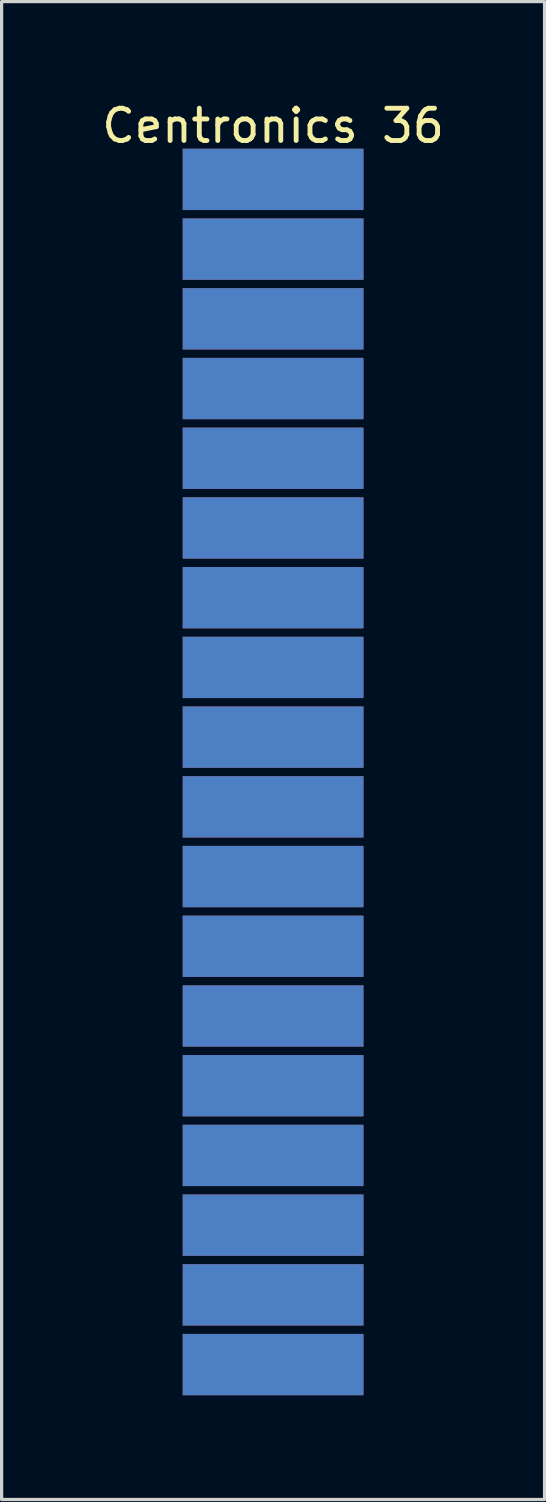
<source format=kicad_pcb>
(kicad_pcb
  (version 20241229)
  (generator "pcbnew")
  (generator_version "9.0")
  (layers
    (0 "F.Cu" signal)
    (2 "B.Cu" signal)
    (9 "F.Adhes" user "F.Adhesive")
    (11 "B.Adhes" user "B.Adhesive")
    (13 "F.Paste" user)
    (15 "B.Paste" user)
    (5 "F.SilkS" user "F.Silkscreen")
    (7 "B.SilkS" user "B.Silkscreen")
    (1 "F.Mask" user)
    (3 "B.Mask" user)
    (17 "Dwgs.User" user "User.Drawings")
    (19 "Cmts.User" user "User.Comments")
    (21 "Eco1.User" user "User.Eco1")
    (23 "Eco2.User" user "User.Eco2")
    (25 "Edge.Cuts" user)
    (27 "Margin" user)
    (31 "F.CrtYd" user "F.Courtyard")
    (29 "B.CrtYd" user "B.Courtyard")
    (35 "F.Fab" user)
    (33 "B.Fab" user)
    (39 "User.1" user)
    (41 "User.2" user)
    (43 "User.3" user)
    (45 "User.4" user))
  (footprint "Centronics 36"
    (layer "F.Cu")
    (at 5.411 0.348)
    (property "Reference" "Centronics 36" (at 0 0.5 0) (layer "F.SilkS") (effects (font (size 1 1) (thickness 0.15))))
    (attr through_hole)
    (fp_line (start -3 1) (end -3 40) (stroke (width 0.12) (type solid)) (layer "Eco2.User"))
    (pad "1" connect rect (at 0 2.16) (size 5.6 1.9) (layers "F.Cu" "F.Mask"))
    (pad "2" connect rect (at 0 4.32) (size 5.6 1.9) (layers "F.Cu" "F.Mask"))
    (pad "3" connect rect (at 0 6.48) (size 5.6 1.9) (layers "F.Cu" "F.Mask"))
    (pad "4" connect rect (at 0 8.64) (size 5.6 1.9) (layers "F.Cu" "F.Mask"))
    (pad "5" connect rect (at 0 10.8) (size 5.6 1.9) (layers "F.Cu" "F.Mask"))
    (pad "6" connect rect (at 0 12.96) (size 5.6 1.9) (layers "F.Cu" "F.Mask"))
    (pad "7" connect rect (at 0 15.12) (size 5.6 1.9) (layers "F.Cu" "F.Mask"))
    (pad "8" connect rect (at 0 17.28) (size 5.6 1.9) (layers "F.Cu" "F.Mask"))
    (pad "9" connect rect (at 0 19.44) (size 5.6 1.9) (layers "F.Cu" "F.Mask"))
    (pad "10" connect rect (at 0 21.6) (size 5.6 1.9) (layers "F.Cu" "F.Mask"))
    (pad "11" connect rect (at 0 23.76) (size 5.6 1.9) (layers "F.Cu" "F.Mask"))
    (pad "12" connect rect (at 0 25.92) (size 5.6 1.9) (layers "F.Cu" "F.Mask"))
    (pad "13" connect rect (at 0 28.08) (size 5.6 1.9) (layers "F.Cu" "F.Mask"))
    (pad "14" connect rect (at 0 30.24) (size 5.6 1.9) (layers "F.Cu" "F.Mask"))
    (pad "15" connect rect (at 0 32.4) (size 5.6 1.9) (layers "F.Cu" "F.Mask"))
    (pad "16" connect rect (at 0 34.56) (size 5.6 1.9) (layers "F.Cu" "F.Mask"))
    (pad "17" connect rect (at 0 36.72) (size 5.6 1.9) (layers "F.Cu" "F.Mask"))
    (pad "18" connect rect (at 0 38.88) (size 5.6 1.9) (layers "F.Cu" "F.Mask"))
    (pad "19" connect rect (at 0 2.16) (size 5.6 1.9) (layers "B.Cu" "B.Mask"))
    (pad "20" connect rect (at 0 4.32) (size 5.6 1.9) (layers "B.Cu" "B.Mask"))
    (pad "21" connect rect (at 0 6.48) (size 5.6 1.9) (layers "B.Cu" "B.Mask"))
    (pad "22" connect rect (at 0 8.64) (size 5.6 1.9) (layers "B.Cu" "B.Mask"))
    (pad "23" connect rect (at 0 10.8) (size 5.6 1.9) (layers "B.Cu" "B.Mask"))
    (pad "24" connect rect (at 0 12.96) (size 5.6 1.9) (layers "B.Cu" "B.Mask"))
    (pad "25" connect rect (at 0 15.12) (size 5.6 1.9) (layers "B.Cu" "B.Mask"))
    (pad "26" connect rect (at 0 17.28) (size 5.6 1.9) (layers "B.Cu" "B.Mask"))
    (pad "27" connect rect (at 0 19.44) (size 5.6 1.9) (layers "B.Cu" "B.Mask"))
    (pad "28" connect rect (at 0 21.6) (size 5.6 1.9) (layers "B.Cu" "B.Mask"))
    (pad "29" connect rect (at 0 23.76) (size 5.6 1.9) (layers "B.Cu" "B.Mask"))
    (pad "30" connect rect (at 0 25.92) (size 5.6 1.9) (layers "B.Cu" "B.Mask"))
    (pad "31" connect rect (at 0 28.08) (size 5.6 1.9) (layers "B.Cu" "B.Mask"))
    (pad "32" connect rect (at 0 30.24) (size 5.6 1.9) (layers "B.Cu" "B.Mask"))
    (pad "33" connect rect (at 0 32.4) (size 5.6 1.9) (layers "B.Cu" "B.Mask"))
    (pad "34" connect rect (at 0 34.56) (size 5.6 1.9) (layers "B.Cu" "B.Mask"))
    (pad "35" connect rect (at 0 36.72) (size 5.6 1.9) (layers "B.Cu" "B.Mask"))
    (pad "36" connect rect (at 0 38.88) (size 5.6 1.9) (layers "B.Cu" "B.Mask")))
  (gr_rect
    (start -3 -3)
    (end 13.821 43.408)
    (stroke (width 0.1) (type default))
    (fill no)
    (layer "Edge.Cuts")))
</source>
